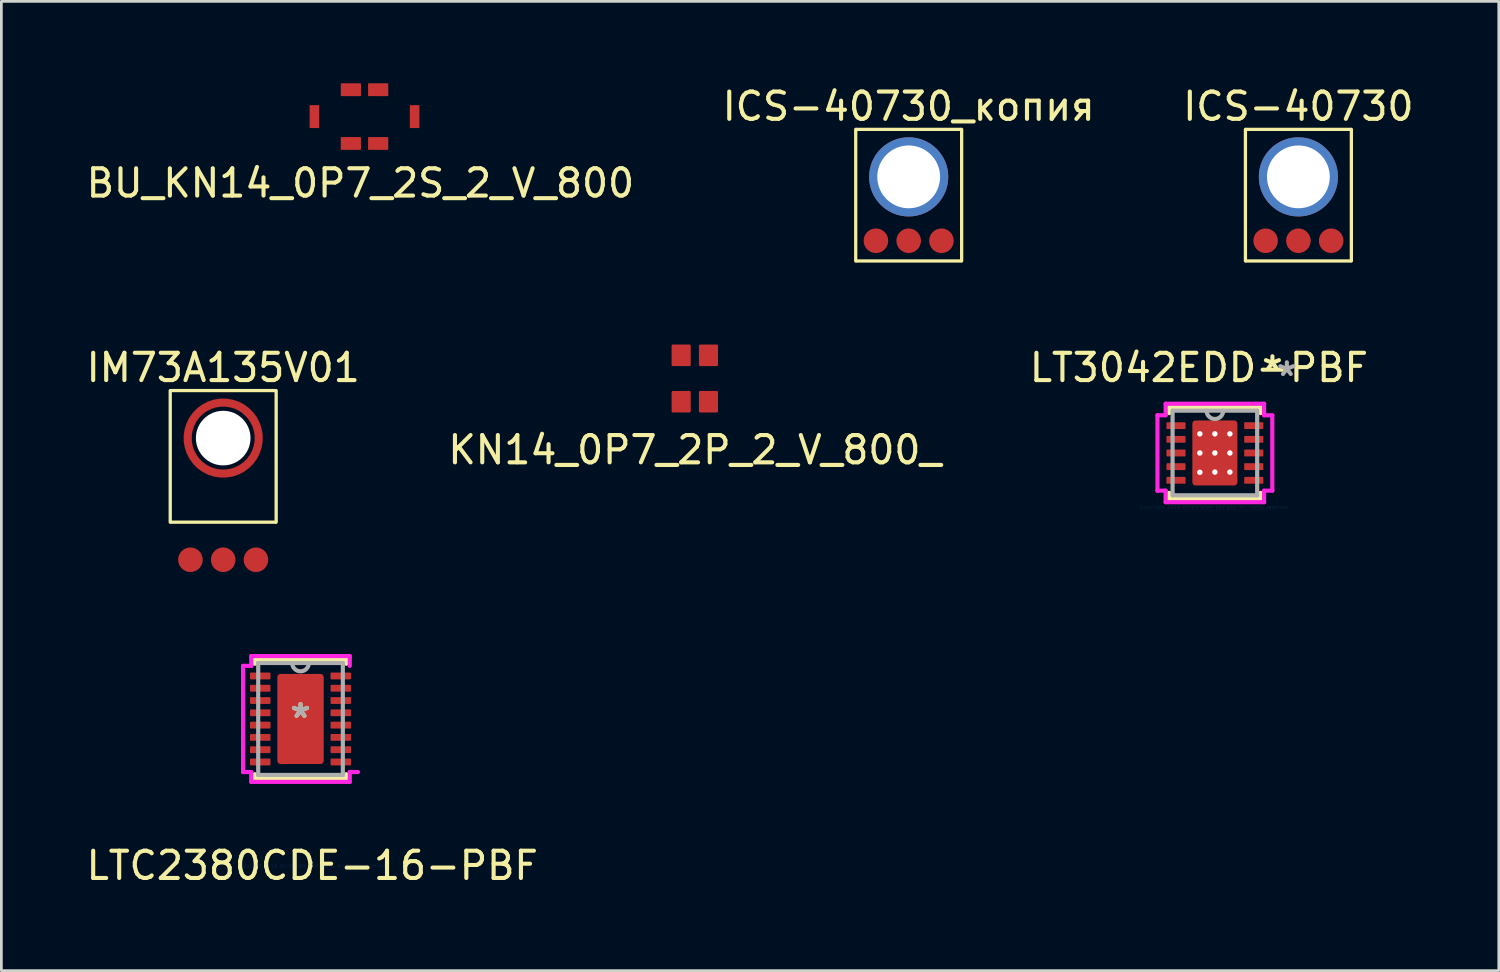
<source format=kicad_pcb>
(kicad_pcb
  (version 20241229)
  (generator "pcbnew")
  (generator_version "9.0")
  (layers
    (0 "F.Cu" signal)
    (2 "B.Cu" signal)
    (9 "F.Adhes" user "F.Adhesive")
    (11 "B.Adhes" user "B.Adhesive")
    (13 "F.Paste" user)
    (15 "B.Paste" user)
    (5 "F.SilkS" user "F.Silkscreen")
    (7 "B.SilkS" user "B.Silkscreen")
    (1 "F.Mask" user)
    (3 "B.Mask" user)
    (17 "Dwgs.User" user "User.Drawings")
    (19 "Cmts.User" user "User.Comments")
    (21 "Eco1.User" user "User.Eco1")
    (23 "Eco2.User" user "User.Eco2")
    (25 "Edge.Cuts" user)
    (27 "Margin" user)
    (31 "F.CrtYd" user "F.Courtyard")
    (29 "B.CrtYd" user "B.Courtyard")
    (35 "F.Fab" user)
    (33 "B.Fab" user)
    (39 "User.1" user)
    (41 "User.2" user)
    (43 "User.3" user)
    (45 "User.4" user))
  (footprint "ICS-40730_копия"
    (layer "F.Cu")
    (at 30.232 4.598)
    (property "Reference" "ICS-40730_копия" (at 0 -3.75 0) (layer "F.SilkS") (effects (font (size 1 1) (thickness 0.15))))
    (attr through_hole)
    (fp_line (start -1.94 -2.91) (end -1.94 1.91) (stroke (width 0.12) (type solid)) (layer "F.SilkS"))
    (fp_line (start -1.91 -2.91) (end 1.91 -2.91) (stroke (width 0.12) (type solid)) (layer "F.SilkS"))
    (fp_line (start -1.91 1.91) (end 1.91 1.91) (stroke (width 0.12) (type solid)) (layer "F.SilkS"))
    (fp_line (start 1.94 -2.91) (end 1.94 1.91) (stroke (width 0.12) (type solid)) (layer "F.SilkS"))
    (fp_arc (start -1.300424 -1.316281) (mid -0.92666 -2.094014) (end -0.15 -2.47) (stroke (width 0.15) (type solid)) (layer "F.Paste"))
    (fp_arc (start -0.15 0.13) (mid -0.92666 -0.245987) (end -1.300424 -1.023719) (stroke (width 0.15) (type solid)) (layer "F.Paste"))
    (fp_arc (start 0.15 -2.47) (mid 0.92666 -2.094013) (end 1.300424 -1.316281) (stroke (width 0.15) (type solid)) (layer "F.Paste"))
    (fp_arc (start 1.300424 -1.023719) (mid 0.92666 -0.245986) (end 0.15 0.13) (stroke (width 0.15) (type solid)) (layer "F.Paste"))
    (pad "" smd circle (at -1.2 1.17) (size 0.65 0.65) (layers "F.Paste"))
    (pad "" smd circle (at 0 1.17) (size 0.65 0.65) (layers "F.Paste"))
    (pad "" smd circle (at 1.2 1.17) (size 0.65 0.65) (layers "F.Paste"))
    (pad "1" smd circle (at -1.2 1.17) (size 0.9 0.9) (layers "F.Cu" "F.Mask"))
    (pad "2" smd circle (at 0 1.17) (size 0.9 0.9) (layers "F.Cu" "F.Mask" "F.Paste"))
    (pad "3" smd circle (at 1.2 1.17) (size 0.9 0.9) (layers "F.Cu" "F.Mask" "F.Paste"))
    (pad "4" thru_hole circle (at 0 -1.17) (size 2.9 2.9) (drill 2.3) (layers "F.Cu" "F.Mask")))
  (footprint "IM73A135V01"
    (layer "F.Cu")
    (at 5.125 14.166)
    (property "Reference" "IM73A135V01" (at 0 -3.75 0) (layer "F.SilkS") (effects (font (size 1 1) (thickness 0.15))))
    (attr through_hole)
    (fp_line (start -1.94 -2.91) (end -1.94 1.91) (stroke (width 0.12) (type solid)) (layer "F.SilkS"))
    (fp_line (start -1.91 -2.91) (end 1.91 -2.91) (stroke (width 0.12) (type solid)) (layer "F.SilkS"))
    (fp_line (start -1.91 1.91) (end 1.91 1.91) (stroke (width 0.12) (type solid)) (layer "F.SilkS"))
    (fp_line (start 1.94 -2.91) (end 1.94 1.91) (stroke (width 0.12) (type solid)) (layer "F.SilkS"))
    (fp_arc (start -1.300424 -1.316281) (mid -0.92666 -2.094014) (end -0.15 -2.47) (stroke (width 0.15) (type solid)) (layer "F.Paste"))
    (fp_arc (start -0.15 0.13) (mid -0.92666 -0.245987) (end -1.300424 -1.023719) (stroke (width 0.15) (type solid)) (layer "F.Paste"))
    (fp_arc (start 0.15 -2.47) (mid 0.92666 -2.094013) (end 1.300424 -1.316281) (stroke (width 0.15) (type solid)) (layer "F.Paste"))
    (fp_arc (start 0.194791 -0.038166) (mid 0.191808 0.051088) (end 0.15 0.13) (stroke (width 0.15) (type solid)) (layer "F.Paste"))
    (pad "" smd circle (at -1.2 3.286) (size 0.65 0.65) (layers "F.Paste"))
    (pad "" np_thru_hole circle (at 0 -1.17) (size 2 2) (drill 2) (layers "*.Cu" "*.Mask"))
    (pad "" smd circle (at 0 3.286) (size 0.65 0.65) (layers "F.Paste"))
    (pad "" smd circle (at 1.2 3.286) (size 0.65 0.65) (layers "F.Paste"))
    (pad "1" smd circle (at -1.2 3.286) (size 0.9 0.9) (layers "F.Cu" "F.Mask"))
    (pad "2" smd circle (at 0 3.286) (size 0.9 0.9) (layers "F.Cu" "F.Mask"))
    (pad "3" smd circle (at 1.2 3.286) (size 0.9 0.9) (layers "F.Cu" "F.Mask"))
    (pad "4" smd custom (at 1.29 -1.07) (size 0.2 0.2) (layers "F.Cu" "F.Mask") (options (anchor circle)) (primitives (gr_circle (center -1.29 -0.1) (end 0.01 -0.1) (width 0.3) (fill no)))))
  (footprint "KN14_0P7_2P_2_V_800_"
    (layer "F.Cu")
    (at 22.399 10.813)
    (property "Reference" "KN14_0P7_2P_2_V_800_" (at 0 2.616 0) (layer "F.SilkS") (effects (font (size 1 1) (thickness 0.15))))
    (attr through_hole)
    (pad "1" smd roundrect (at -0.5 -0.85) (size 0.7 0.79) (layers "F.Cu" "F.Mask" "F.Paste") (roundrect_rratio 0.07))
    (pad "2" smd roundrect (at 0.5 -0.85) (size 0.7 0.79) (layers "F.Cu" "F.Mask" "F.Paste") (roundrect_rratio 0.07))
    (pad "3" smd roundrect (at -0.5 0.85) (size 0.7 0.79) (layers "F.Cu" "F.Mask" "F.Paste") (roundrect_rratio 0.07))
    (pad "4" smd roundrect (at 0.5 0.85) (size 0.7 0.79) (layers "F.Cu" "F.Mask" "F.Paste") (roundrect_rratio 0.07)))
  (footprint "BU_KN14_0P7_2S_2_V_800"
    (layer "F.Cu")
    (at 10.301 1.22)
    (property "Reference" "BU_KN14_0P7_2S_2_V_800" (at -0.152 2.438 0) (layer "F.SilkS") (effects (font (size 1 1) (thickness 0.15))))
    (attr through_hole)
    (pad "1" smd roundrect (at -0.5 -0.985) (size 0.74 0.47) (layers "F.Cu" "F.Mask" "F.Paste") (roundrect_rratio 0.07))
    (pad "2" smd roundrect (at 0.5 -0.985) (size 0.74 0.47) (layers "F.Cu" "F.Mask" "F.Paste") (roundrect_rratio 0.07))
    (pad "3" smd roundrect (at -0.5 0.985) (size 0.74 0.47) (layers "F.Cu" "F.Mask" "F.Paste") (roundrect_rratio 0.07))
    (pad "4" smd roundrect (at 0.5 0.985) (size 0.74 0.47) (layers "F.Cu" "F.Mask" "F.Paste") (roundrect_rratio 0.07))
    (pad "5" smd roundrect (at -1.835 0) (size 0.35 0.84) (layers "F.Cu" "F.Mask" "F.Paste") (roundrect_rratio 0.07))
    (pad "6" smd roundrect (at 1.835 0) (size 0.35 0.84) (layers "F.Cu" "F.Mask" "F.Paste") (roundrect_rratio 0.07)))
  (footprint "LT3042EDD-PBF"
    (layer "F.Cu")
    (at 41.447 13.541)
    (property "Reference" "LT3042EDD-PBF" (at -0.584 -3.124 0) (layer "F.SilkS") (effects (font (size 1 1) (thickness 0.15))))
    (attr through_hole)
    (fp_line (start -1.676 -1.676) (end -1.676 -1.46) (stroke (width 0.152) (type solid)) (layer "F.SilkS"))
    (fp_line (start -1.676 1.46) (end -1.676 1.676) (stroke (width 0.152) (type solid)) (layer "F.SilkS"))
    (fp_line (start -1.676 1.676) (end 1.676 1.676) (stroke (width 0.152) (type solid)) (layer "F.SilkS"))
    (fp_line (start 1.676 -1.676) (end -1.676 -1.676) (stroke (width 0.152) (type solid)) (layer "F.SilkS"))
    (fp_line (start 1.676 -1.46) (end 1.676 -1.676) (stroke (width 0.152) (type solid)) (layer "F.SilkS"))
    (fp_line (start 1.676 1.676) (end 1.676 1.46) (stroke (width 0.152) (type solid)) (layer "F.SilkS"))
    (fp_line (start -2.103 -1.381) (end -1.803 -1.381) (stroke (width 0.152) (type solid)) (layer "F.CrtYd"))
    (fp_line (start -2.103 1.381) (end -2.103 -1.381) (stroke (width 0.152) (type solid)) (layer "F.CrtYd"))
    (fp_line (start -1.803 -1.803) (end 1.803 -1.803) (stroke (width 0.152) (type solid)) (layer "F.CrtYd"))
    (fp_line (start -1.803 -1.381) (end -1.803 -1.803) (stroke (width 0.152) (type solid)) (layer "F.CrtYd"))
    (fp_line (start -1.803 1.381) (end -2.103 1.381) (stroke (width 0.152) (type solid)) (layer "F.CrtYd"))
    (fp_line (start -1.803 1.803) (end -1.803 1.381) (stroke (width 0.152) (type solid)) (layer "F.CrtYd"))
    (fp_line (start 1.803 -1.803) (end 1.803 -1.381) (stroke (width 0.152) (type solid)) (layer "F.CrtYd"))
    (fp_line (start 1.803 -1.381) (end 2.103 -1.381) (stroke (width 0.152) (type solid)) (layer "F.CrtYd"))
    (fp_line (start 1.803 1.381) (end 1.803 1.803) (stroke (width 0.152) (type solid)) (layer "F.CrtYd"))
    (fp_line (start 1.803 1.803) (end -1.803 1.803) (stroke (width 0.152) (type solid)) (layer "F.CrtYd"))
    (fp_line (start 2.103 -1.381) (end 2.103 1.381) (stroke (width 0.152) (type solid)) (layer "F.CrtYd"))
    (fp_line (start 2.103 1.381) (end 1.803 1.381) (stroke (width 0.152) (type solid)) (layer "F.CrtYd"))
    (fp_line (start -1.549 -1.549) (end -1.549 1.549) (stroke (width 0.152) (type solid)) (layer "F.Fab"))
    (fp_line (start -1.549 1.549) (end 1.549 1.549) (stroke (width 0.152) (type solid)) (layer "F.Fab"))
    (fp_line (start 1.549 -1.549) (end -1.549 -1.549) (stroke (width 0.152) (type solid)) (layer "F.Fab"))
    (fp_line (start 1.549 1.549) (end 1.549 -1.549) (stroke (width 0.152) (type solid)) (layer "F.Fab"))
    (fp_arc (start 0.3048 -1.5494) (mid 0 -1.2446) (end -0.3048 -1.5494) (stroke (width 0.1524) (type solid)) (layer "F.Fab"))
    (fp_text user "*" (at 2.108 -2.997 0) (layer "F.SilkS") (effects (font (size 1 1) (thickness 0.15))))
    (fp_text user "Copyright 2016 Accelerated Designs. All rights reserved." (at 0 1.981 0) (layer "Cmts.User") (effects (font (size 0.127 0.127) (thickness 0.002))))
    (fp_text user "*" (at 2.637 -2.776 0) (layer "F.Fab") (effects (font (size 1 1) (thickness 0.15))))
    (pad "" smd roundrect (at -1.425 -1) (size 0.65 0.2) (layers "F.Paste") (roundrect_rratio 0.1))
    (pad "" smd roundrect (at -1.425 -1) (size 0.77 0.3) (layers "F.Mask") (roundrect_rratio 0.1))
    (pad "" smd roundrect (at -1.425 -0.5) (size 0.65 0.2) (layers "F.Paste") (roundrect_rratio 0.1))
    (pad "" smd roundrect (at -1.425 -0.5) (size 0.77 0.3) (layers "F.Mask") (roundrect_rratio 0.1))
    (pad "" smd roundrect (at -1.425 0) (size 0.65 0.2) (layers "F.Paste") (roundrect_rratio 0.1))
    (pad "" smd roundrect (at -1.425 0) (size 0.77 0.3) (layers "F.Mask") (roundrect_rratio 0.1))
    (pad "" smd roundrect (at -1.425 0.5) (size 0.65 0.2) (layers "F.Paste") (roundrect_rratio 0.1))
    (pad "" smd roundrect (at -1.425 0.5) (size 0.77 0.3) (layers "F.Mask") (roundrect_rratio 0.1))
    (pad "" smd roundrect (at -1.425 1) (size 0.65 0.2) (layers "F.Paste") (roundrect_rratio 0.1))
    (pad "" smd roundrect (at -1.425 1) (size 0.77 0.3) (layers "F.Mask") (roundrect_rratio 0.1))
    (pad "" np_thru_hole circle (at -0.55 -0.7) (size 0.2 0.2) (drill 0.2) (layers "*.Cu" "*.Mask"))
    (pad "" np_thru_hole circle (at -0.55 0) (size 0.2 0.2) (drill 0.2) (layers "*.Cu" "*.Mask"))
    (pad "" np_thru_hole circle (at -0.55 0.709) (size 0.2 0.2) (drill 0.2) (layers "*.Cu" "*.Mask"))
    (pad "" np_thru_hole circle (at 0 -0.7) (size 0.2 0.2) (drill 0.2) (layers "*.Cu" "*.Mask"))
    (pad "" smd roundrect (at 0 -0.595) (size 1.67 1) (layers "F.Paste") (roundrect_rratio 0.07))
    (pad "" np_thru_hole circle (at 0 0) (size 0.2 0.2) (drill 0.2) (layers "*.Cu"))
    (pad "" smd roundrect (at 0 0.595) (size 1.67 1) (layers "F.Paste") (roundrect_rratio 0.07))
    (pad "" np_thru_hole circle (at 0 0.7) (size 0.2 0.2) (drill 0.2) (layers "*.Cu" "*.Mask"))
    (pad "" np_thru_hole circle (at 0.55 -0.7) (size 0.2 0.2) (drill 0.2) (layers "*.Cu" "*.Mask"))
    (pad "" np_thru_hole circle (at 0.55 0) (size 0.2 0.2) (drill 0.2) (layers "*.Cu" "*.Mask"))
    (pad "" np_thru_hole circle (at 0.55 0.7) (size 0.2 0.2) (drill 0.2) (layers "*.Cu" "*.Mask"))
    (pad "" smd roundrect (at 1.425 -1) (size 0.65 0.2) (layers "F.Paste") (roundrect_rratio 0.1))
    (pad "" smd roundrect (at 1.425 -1) (size 0.77 0.3) (layers "F.Mask") (roundrect_rratio 0.1))
    (pad "" smd roundrect (at 1.425 -0.5) (size 0.65 0.2) (layers "F.Paste") (roundrect_rratio 0.1))
    (pad "" smd roundrect (at 1.425 -0.5) (size 0.77 0.3) (layers "F.Mask") (roundrect_rratio 0.1))
    (pad "" smd roundrect (at 1.425 0) (size 0.65 0.2) (layers "F.Paste") (roundrect_rratio 0.1))
    (pad "" smd roundrect (at 1.425 0) (size 0.77 0.3) (layers "F.Mask") (roundrect_rratio 0.1))
    (pad "" smd roundrect (at 1.425 0.5) (size 0.65 0.2) (layers "F.Paste") (roundrect_rratio 0.1))
    (pad "" smd roundrect (at 1.425 0.5) (size 0.77 0.3) (layers "F.Mask") (roundrect_rratio 0.1))
    (pad "" smd roundrect (at 1.425 1) (size 0.65 0.2) (layers "F.Paste") (roundrect_rratio 0.1))
    (pad "" smd roundrect (at 1.425 1) (size 0.77 0.3) (layers "F.Mask") (roundrect_rratio 0.1))
    (pad "1" smd roundrect (at -1.425 -1) (size 0.7 0.25) (layers "F.Cu") (roundrect_rratio 0.1))
    (pad "2" smd roundrect (at -1.425 -0.5) (size 0.7 0.25) (layers "F.Cu") (roundrect_rratio 0.1))
    (pad "3" smd roundrect (at -1.425 0) (size 0.7 0.25) (layers "F.Cu") (roundrect_rratio 0.1))
    (pad "4" smd roundrect (at -1.425 0.5) (size 0.7 0.25) (layers "F.Cu") (roundrect_rratio 0.1))
    (pad "5" smd roundrect (at -1.425 1) (size 0.7 0.25) (layers "F.Cu") (roundrect_rratio 0.1))
    (pad "6" smd roundrect (at 1.425 1) (size 0.7 0.25) (layers "F.Cu") (roundrect_rratio 0.1))
    (pad "7" smd roundrect (at 1.425 0.5) (size 0.7 0.25) (layers "F.Cu") (roundrect_rratio 0.1))
    (pad "8" smd roundrect (at 1.425 0) (size 0.7 0.25) (layers "F.Cu") (roundrect_rratio 0.1))
    (pad "9" smd roundrect (at 1.425 -0.5) (size 0.7 0.25) (layers "F.Cu") (roundrect_rratio 0.1))
    (pad "10" smd roundrect (at 1.425 -1) (size 0.7 0.25) (layers "F.Cu") (roundrect_rratio 0.1))
    (pad "11" smd roundrect (at 0 0) (size 1.65 2.38) (layers "F.Cu" "F.Mask") (roundrect_rratio 0.07)))
  (footprint "LTC2380CDE-16-PBF"
    (layer "F.Cu")
    (at 7.957 23.283)
    (property "Reference" "LTC2380CDE-16-PBF" (at 0.43 5.37 0) (layer "F.SilkS") (effects (font (size 1 1) (thickness 0.15))))
    (attr through_hole)
    (fp_line (start -1.677 -2.177) (end -1.677 -2.023) (stroke (width 0.152) (type solid)) (layer "F.SilkS"))
    (fp_line (start -1.677 2.023) (end -1.677 2.177) (stroke (width 0.152) (type solid)) (layer "F.SilkS"))
    (fp_line (start -1.677 2.177) (end 1.677 2.177) (stroke (width 0.152) (type solid)) (layer "F.SilkS"))
    (fp_line (start 1.677 -2.177) (end -1.677 -2.177) (stroke (width 0.152) (type solid)) (layer "F.SilkS"))
    (fp_line (start 1.677 -2.023) (end 1.677 -2.177) (stroke (width 0.152) (type solid)) (layer "F.SilkS"))
    (fp_line (start 1.677 2.177) (end 1.677 2.023) (stroke (width 0.152) (type solid)) (layer "F.SilkS"))
    (fp_line (start -2.104 -1.944) (end -1.804 -1.944) (stroke (width 0.152) (type solid)) (layer "F.CrtYd"))
    (fp_line (start -2.104 1.944) (end -2.104 -1.944) (stroke (width 0.152) (type solid)) (layer "F.CrtYd"))
    (fp_line (start -1.804 -2.304) (end 1.804 -2.304) (stroke (width 0.152) (type solid)) (layer "F.CrtYd"))
    (fp_line (start -1.804 -1.944) (end -1.804 -2.304) (stroke (width 0.152) (type solid)) (layer "F.CrtYd"))
    (fp_line (start -1.804 1.944) (end -2.104 1.944) (stroke (width 0.152) (type solid)) (layer "F.CrtYd"))
    (fp_line (start -1.804 2.304) (end -1.804 1.944) (stroke (width 0.152) (type solid)) (layer "F.CrtYd"))
    (fp_line (start 1.804 -2.304) (end 1.804 -1.944) (stroke (width 0.152) (type solid)) (layer "F.CrtYd"))
    (fp_line (start 1.804 1.944) (end 1.804 2.304) (stroke (width 0.152) (type solid)) (layer "F.CrtYd"))
    (fp_line (start 1.804 2.304) (end -1.804 2.304) (stroke (width 0.152) (type solid)) (layer "F.CrtYd"))
    (fp_line (start 2.104 1.944) (end 1.804 1.944) (stroke (width 0.152) (type solid)) (layer "F.CrtYd"))
    (fp_line (start -1.55 -2.05) (end -1.55 2.05) (stroke (width 0.152) (type solid)) (layer "F.Fab"))
    (fp_line (start -1.55 2.05) (end 1.55 2.05) (stroke (width 0.152) (type solid)) (layer "F.Fab"))
    (fp_line (start 1.55 -2.05) (end -1.55 -2.05) (stroke (width 0.152) (type solid)) (layer "F.Fab"))
    (fp_line (start 1.55 2.05) (end 1.55 -2.05) (stroke (width 0.152) (type solid)) (layer "F.Fab"))
    (fp_arc (start 0.3048 -2.05) (mid 0 -1.7452) (end -0.3048 -2.05) (stroke (width 0.1524) (type solid)) (layer "F.Fab"))
    (fp_text user "*" (at 0 0 0) (layer "F.SilkS") (effects (font (size 1 1) (thickness 0.15))))
    (fp_text user "Copyright 2016 Accelerated Designs. All rights reserved." (at 0.43 5.37 0) (layer "Cmts.User") (effects (font (size 0.127 0.127) (thickness 0.002))))
    (fp_text user "*" (at 0 0 0) (layer "F.Fab") (effects (font (size 1 1) (thickness 0.15))))
    (pad "1" smd roundrect (at -1.475 -1.575) (size 0.75 0.25) (layers "F.Cu" "F.Mask" "F.Paste") (roundrect_rratio 0.13))
    (pad "2" smd roundrect (at -1.475 -1.125) (size 0.75 0.25) (layers "F.Cu" "F.Mask" "F.Paste") (roundrect_rratio 0.13))
    (pad "3" smd roundrect (at -1.475 -0.675) (size 0.75 0.25) (layers "F.Cu" "F.Mask" "F.Paste") (roundrect_rratio 0.13))
    (pad "4" smd roundrect (at -1.475 -0.225) (size 0.75 0.25) (layers "F.Cu" "F.Mask" "F.Paste") (roundrect_rratio 0.13))
    (pad "5" smd roundrect (at -1.475 0.225) (size 0.75 0.25) (layers "F.Cu" "F.Mask" "F.Paste") (roundrect_rratio 0.13))
    (pad "6" smd roundrect (at -1.475 0.675) (size 0.75 0.25) (layers "F.Cu" "F.Mask" "F.Paste") (roundrect_rratio 0.13))
    (pad "7" smd roundrect (at -1.475 1.125) (size 0.75 0.25) (layers "F.Cu" "F.Mask" "F.Paste") (roundrect_rratio 0.13))
    (pad "8" smd roundrect (at -1.475 1.575) (size 0.75 0.25) (layers "F.Cu" "F.Mask" "F.Paste") (roundrect_rratio 0.13))
    (pad "9" smd roundrect (at 1.475 1.575) (size 0.75 0.25) (layers "F.Cu" "F.Mask" "F.Paste") (roundrect_rratio 0.13))
    (pad "10" smd roundrect (at 1.475 1.125) (size 0.75 0.25) (layers "F.Cu" "F.Mask" "F.Paste") (roundrect_rratio 0.13))
    (pad "11" smd roundrect (at 1.475 0.675) (size 0.75 0.25) (layers "F.Cu" "F.Mask" "F.Paste") (roundrect_rratio 0.13))
    (pad "12" smd roundrect (at 1.475 0.225) (size 0.75 0.25) (layers "F.Cu" "F.Mask" "F.Paste") (roundrect_rratio 0.13))
    (pad "13" smd roundrect (at 1.475 -0.225) (size 0.75 0.25) (layers "F.Cu" "F.Mask" "F.Paste") (roundrect_rratio 0.13))
    (pad "14" smd roundrect (at 1.475 -0.675) (size 0.75 0.25) (layers "F.Cu" "F.Mask" "F.Paste") (roundrect_rratio 0.13))
    (pad "15" smd roundrect (at 1.475 -1.125) (size 0.75 0.25) (layers "F.Cu" "F.Mask" "F.Paste") (roundrect_rratio 0.13))
    (pad "16" smd roundrect (at 1.475 -1.575) (size 0.75 0.25) (layers "F.Cu" "F.Mask" "F.Paste") (roundrect_rratio 0.13))
    (pad "17" smd roundrect (at 0 0) (size 1.7 3.3) (layers "F.Cu" "F.Mask" "F.Paste") (roundrect_rratio 0.07)))
  (footprint "ICS-40730"
    (layer "F.Cu")
    (at 44.506 4.598)
    (property "Reference" "ICS-40730" (at 0 -3.75 0) (layer "F.SilkS") (effects (font (size 1 1) (thickness 0.15))))
    (attr through_hole)
    (fp_line (start -1.94 -2.91) (end -1.94 1.91) (stroke (width 0.12) (type solid)) (layer "F.SilkS"))
    (fp_line (start -1.91 -2.91) (end 1.91 -2.91) (stroke (width 0.12) (type solid)) (layer "F.SilkS"))
    (fp_line (start -1.91 1.91) (end 1.91 1.91) (stroke (width 0.12) (type solid)) (layer "F.SilkS"))
    (fp_line (start 1.94 -2.91) (end 1.94 1.91) (stroke (width 0.12) (type solid)) (layer "F.SilkS"))
    (fp_arc (start -1.300424 -1.316281) (mid -0.92666 -2.094014) (end -0.15 -2.47) (stroke (width 0.15) (type solid)) (layer "F.Paste"))
    (fp_arc (start -0.15 0.13) (mid -0.92666 -0.245987) (end -1.300424 -1.023719) (stroke (width 0.15) (type solid)) (layer "F.Paste"))
    (fp_arc (start 0.15 -2.47) (mid 0.92666 -2.094013) (end 1.300424 -1.316281) (stroke (width 0.15) (type solid)) (layer "F.Paste"))
    (fp_arc (start 1.300424 -1.023719) (mid 0.92666 -0.245986) (end 0.15 0.13) (stroke (width 0.15) (type solid)) (layer "F.Paste"))
    (pad "" smd circle (at -1.2 1.17) (size 0.65 0.65) (layers "F.Paste"))
    (pad "" smd circle (at 0 1.17) (size 0.65 0.65) (layers "F.Paste"))
    (pad "" smd circle (at 1.2 1.17) (size 0.65 0.65) (layers "F.Paste"))
    (pad "1" smd circle (at -1.2 1.17) (size 0.9 0.9) (layers "F.Cu" "F.Mask"))
    (pad "2" smd circle (at 0 1.17) (size 0.9 0.9) (layers "F.Cu" "F.Mask" "F.Paste"))
    (pad "3" smd circle (at 1.2 1.17) (size 0.9 0.9) (layers "F.Cu" "F.Mask" "F.Paste"))
    (pad "4" thru_hole circle (at 0 -1.17) (size 2.9 2.9) (drill 2.3) (layers "F.Cu" "F.Mask")))
  (gr_rect
    (start -3 -3)
    (end 51.845 32.501)
    (stroke (width 0.1) (type default))
    (fill no)
    (layer "Edge.Cuts")))
</source>
